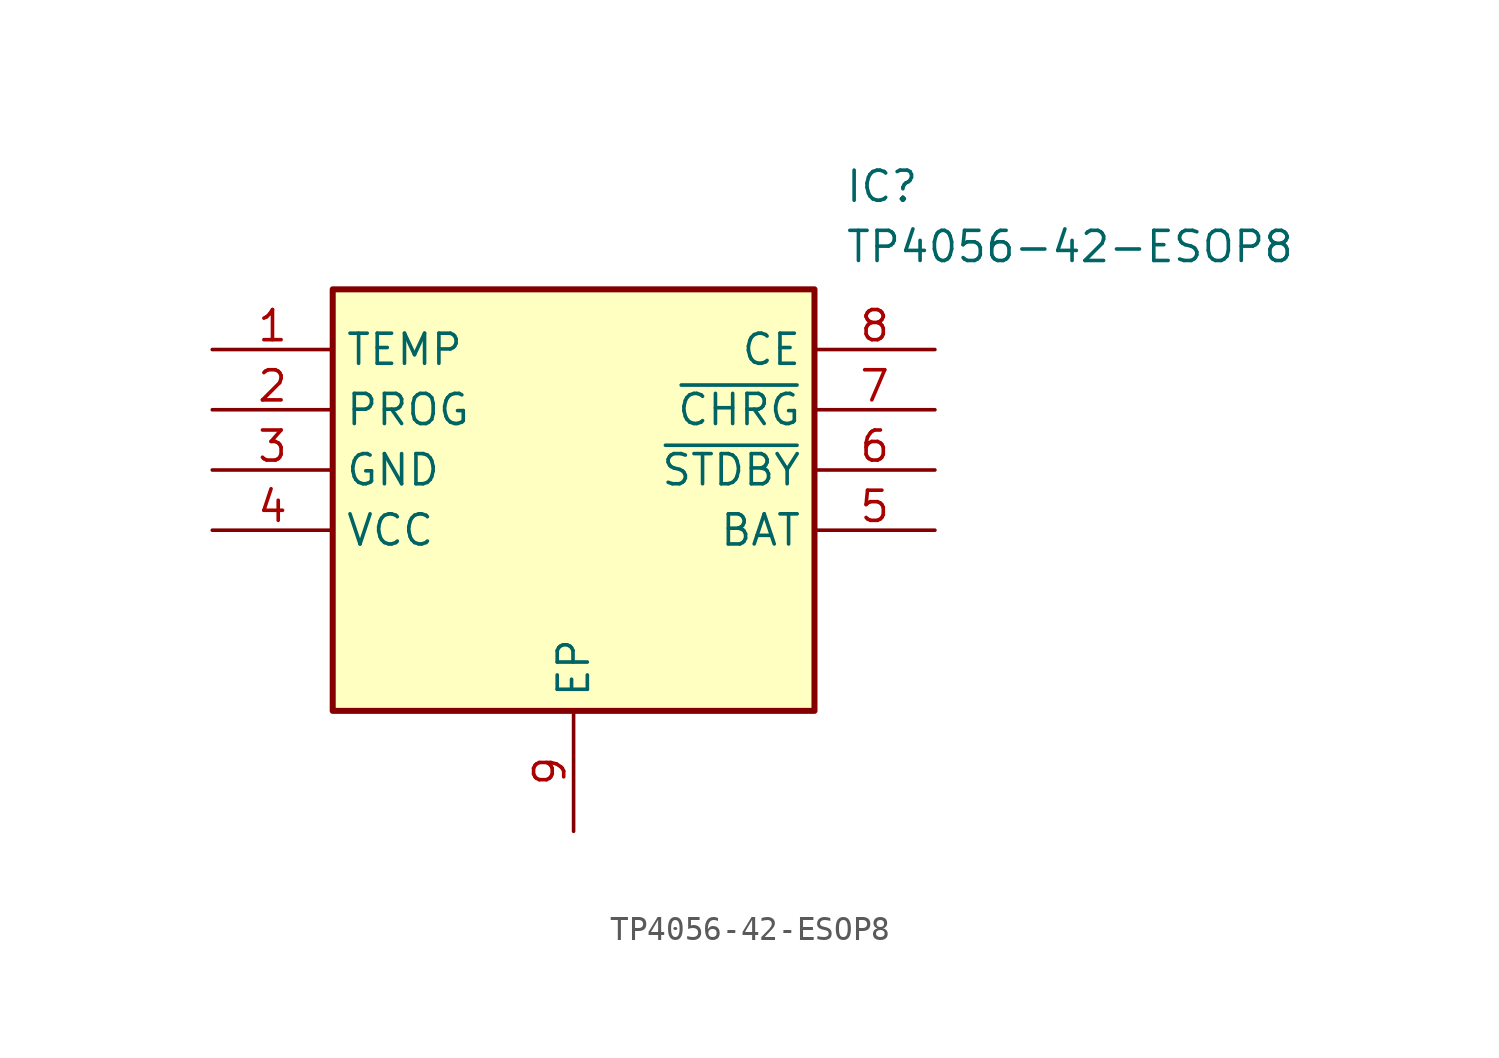
<source format=kicad_sym>
(kicad_symbol_lib
  (version 20220914)
  (generator kicad_symbol_editor)
  (symbol "TP4056-42-ESOP8"
    (property "Reference" "IC"
      (at 26.67 7.62 0)
      (effects (font (size 1.27 1.27)) (justify left top)))
    (property "Value" "TP4056-42-ESOP8"
      (at 26.67 5.08 0)
      (effects (font (size 1.27 1.27)) (justify left top)))
    (symbol "TP4056-42-ESOP8_1_1"
      (rectangle (start 5.08 2.54) (end 25.4 -15.24) (stroke (width 0.254) (type default)) (fill (type background)))
      (pin passive line (at 0 0 0) (length 5.08) (name "TEMP" (effects (font (size 1.27 1.27)))) (number "1" (effects (font (size 1.27 1.27)))))
      (pin passive line (at 0 -2.54 0) (length 5.08) (name "PROG" (effects (font (size 1.27 1.27)))) (number "2" (effects (font (size 1.27 1.27)))))
      (pin passive line (at 0 -5.08 0) (length 5.08) (name "GND" (effects (font (size 1.27 1.27)))) (number "3" (effects (font (size 1.27 1.27)))))
      (pin passive line (at 0 -7.62 0) (length 5.08) (name "VCC" (effects (font (size 1.27 1.27)))) (number "4" (effects (font (size 1.27 1.27)))))
      (pin passive line (at 30.48 -7.62 180) (length 5.08) (name "BAT" (effects (font (size 1.27 1.27)))) (number "5" (effects (font (size 1.27 1.27)))))
      (pin passive line (at 30.48 -5.08 180) (length 5.08) (name "~{STDBY}" (effects (font (size 1.27 1.27)))) (number "6" (effects (font (size 1.27 1.27)))))
      (pin passive line (at 30.48 -2.54 180) (length 5.08) (name "~{CHRG}" (effects (font (size 1.27 1.27)))) (number "7" (effects (font (size 1.27 1.27)))))
      (pin passive line (at 30.48 0 180) (length 5.08) (name "CE" (effects (font (size 1.27 1.27)))) (number "8" (effects (font (size 1.27 1.27)))))
      (pin passive line (at 15.24 -20.32 90) (length 5.08) (name "EP" (effects (font (size 1.27 1.27)))) (number "9" (effects (font (size 1.27 1.27))))))))
</source>
